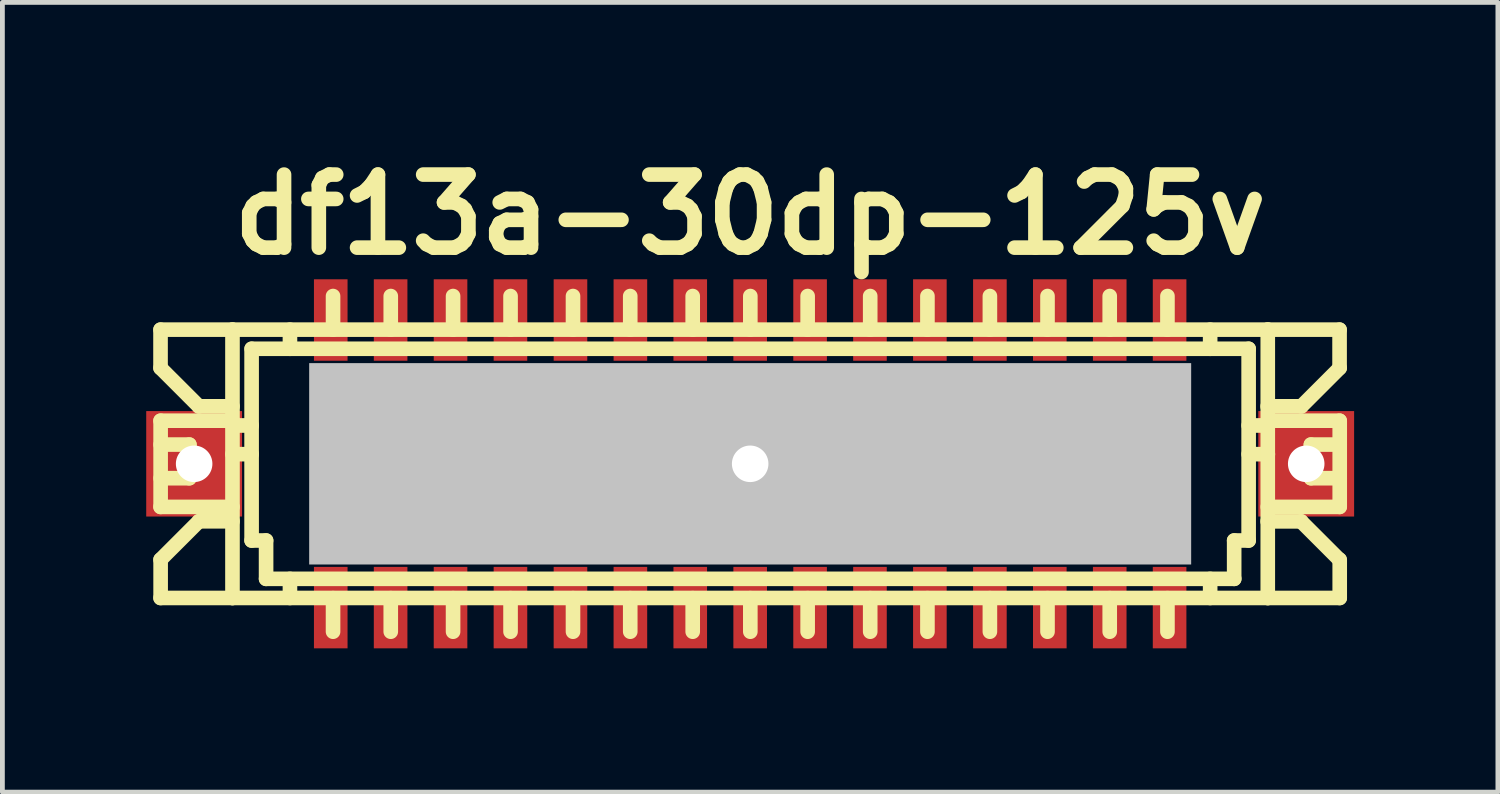
<source format=kicad_pcb>
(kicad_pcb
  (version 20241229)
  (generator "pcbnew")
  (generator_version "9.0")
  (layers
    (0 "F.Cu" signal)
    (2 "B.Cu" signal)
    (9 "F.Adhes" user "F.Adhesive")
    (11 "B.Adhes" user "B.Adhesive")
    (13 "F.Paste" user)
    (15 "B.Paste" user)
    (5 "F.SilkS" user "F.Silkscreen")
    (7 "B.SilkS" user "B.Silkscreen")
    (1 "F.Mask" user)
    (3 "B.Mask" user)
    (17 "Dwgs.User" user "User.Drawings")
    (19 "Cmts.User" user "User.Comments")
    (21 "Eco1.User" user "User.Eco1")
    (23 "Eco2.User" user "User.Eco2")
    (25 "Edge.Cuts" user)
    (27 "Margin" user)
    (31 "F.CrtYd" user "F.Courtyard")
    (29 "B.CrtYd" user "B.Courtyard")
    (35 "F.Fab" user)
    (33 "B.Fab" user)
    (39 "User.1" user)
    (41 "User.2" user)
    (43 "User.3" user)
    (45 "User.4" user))
  (footprint "df13a-30dp-125v"
    (layer "F.Cu")
    (at 12.6 6.626)
    (property "Reference" "df13a-30dp-125v" (at 0 -5.199 0) (layer "F.SilkS") (effects (font (size 1.524 1.524) (thickness 0.305))))
    (attr through_hole)
    (fp_line (start -12.301 -2.799) (end -12.301 -1.999) (stroke (width 0.305) (type solid)) (layer "F.SilkS"))
    (fp_line (start -12.301 -1.999) (end -11.501 -1.199) (stroke (width 0.305) (type solid)) (layer "F.SilkS"))
    (fp_line (start -12.301 -0.899) (end -10.8 -0.899) (stroke (width 0.305) (type solid)) (layer "F.SilkS"))
    (fp_line (start -12.301 0.899) (end -10.8 0.899) (stroke (width 0.305) (type solid)) (layer "F.SilkS"))
    (fp_line (start -12.301 2.799) (end -10.8 2.799) (stroke (width 0.305) (type solid)) (layer "F.SilkS"))
    (fp_line (start -12.299 -0.401) (end -11.699 -0.401) (stroke (width 0.305) (type solid)) (layer "F.SilkS"))
    (fp_line (start -12.299 0.899) (end -12.299 -0.899) (stroke (width 0.305) (type solid)) (layer "F.SilkS"))
    (fp_line (start -12.299 2.799) (end -12.299 1.999) (stroke (width 0.305) (type solid)) (layer "F.SilkS"))
    (fp_line (start -11.699 -0.401) (end -11.699 0.3) (stroke (width 0.305) (type solid)) (layer "F.SilkS"))
    (fp_line (start -11.699 0.3) (end -12.299 0.3) (stroke (width 0.305) (type solid)) (layer "F.SilkS"))
    (fp_line (start -11.501 -1.199) (end -10.8 -1.199) (stroke (width 0.305) (type solid)) (layer "F.SilkS"))
    (fp_line (start -11.501 1.199) (end -12.301 1.999) (stroke (width 0.305) (type solid)) (layer "F.SilkS"))
    (fp_line (start -10.8 -2.799) (end -12.301 -2.799) (stroke (width 0.305) (type solid)) (layer "F.SilkS"))
    (fp_line (start -10.8 -2.799) (end -10.8 2.799) (stroke (width 0.305) (type solid)) (layer "F.SilkS"))
    (fp_line (start -10.8 -2.799) (end 10.8 -2.799) (stroke (width 0.305) (type solid)) (layer "F.SilkS"))
    (fp_line (start -10.8 -0.8) (end -10.399 -0.8) (stroke (width 0.305) (type solid)) (layer "F.SilkS"))
    (fp_line (start -10.8 -0.201) (end -10.399 -0.201) (stroke (width 0.305) (type solid)) (layer "F.SilkS"))
    (fp_line (start -10.8 1.199) (end -11.501 1.199) (stroke (width 0.305) (type solid)) (layer "F.SilkS"))
    (fp_line (start -10.401 1.6) (end -10.401 -2.4) (stroke (width 0.305) (type solid)) (layer "F.SilkS"))
    (fp_line (start -10.099 1.6) (end -10.401 1.6) (stroke (width 0.305) (type solid)) (layer "F.SilkS"))
    (fp_line (start -10.099 2.4) (end -10.099 1.6) (stroke (width 0.305) (type solid)) (layer "F.SilkS"))
    (fp_line (start -10.099 2.4) (end 10.099 2.4) (stroke (width 0.305) (type solid)) (layer "F.SilkS"))
    (fp_line (start -9.601 -2.799) (end -9.601 -2.4) (stroke (width 0.305) (type solid)) (layer "F.SilkS"))
    (fp_line (start -9.601 2.4) (end -9.601 2.799) (stroke (width 0.305) (type solid)) (layer "F.SilkS"))
    (fp_line (start -8.801 -0.701) (end -8.801 -0.5) (stroke (width 0.305) (type solid)) (layer "F.SilkS"))
    (fp_line (start -8.801 -0.5) (end -8.6 -0.5) (stroke (width 0.305) (type solid)) (layer "F.SilkS"))
    (fp_line (start -8.801 0.498) (end -8.801 0.699) (stroke (width 0.305) (type solid)) (layer "F.SilkS"))
    (fp_line (start -8.801 0.699) (end -8.6 0.699) (stroke (width 0.305) (type solid)) (layer "F.SilkS"))
    (fp_line (start -8.702 -3.5) (end -8.702 -2.799) (stroke (width 0.305) (type solid)) (layer "F.SilkS"))
    (fp_line (start -8.702 2.802) (end -8.702 3.503) (stroke (width 0.305) (type solid)) (layer "F.SilkS"))
    (fp_line (start -8.6 -0.701) (end -8.801 -0.701) (stroke (width 0.305) (type solid)) (layer "F.SilkS"))
    (fp_line (start -8.6 -0.5) (end -8.6 -0.701) (stroke (width 0.305) (type solid)) (layer "F.SilkS"))
    (fp_line (start -8.6 0.498) (end -8.801 0.498) (stroke (width 0.305) (type solid)) (layer "F.SilkS"))
    (fp_line (start -8.6 0.699) (end -8.6 0.498) (stroke (width 0.305) (type solid)) (layer "F.SilkS"))
    (fp_line (start -7.6 -0.699) (end -7.402 -0.699) (stroke (width 0.305) (type solid)) (layer "F.SilkS"))
    (fp_line (start -7.6 -0.5) (end -7.6 -0.699) (stroke (width 0.305) (type solid)) (layer "F.SilkS"))
    (fp_line (start -7.6 0.5) (end -7.402 0.5) (stroke (width 0.305) (type solid)) (layer "F.SilkS"))
    (fp_line (start -7.6 0.699) (end -7.6 0.5) (stroke (width 0.305) (type solid)) (layer "F.SilkS"))
    (fp_line (start -7.498 -3.5) (end -7.498 -2.799) (stroke (width 0.305) (type solid)) (layer "F.SilkS"))
    (fp_line (start -7.498 2.802) (end -7.498 3.503) (stroke (width 0.305) (type solid)) (layer "F.SilkS"))
    (fp_line (start -7.402 -0.699) (end -7.402 -0.5) (stroke (width 0.305) (type solid)) (layer "F.SilkS"))
    (fp_line (start -7.402 -0.5) (end -7.6 -0.5) (stroke (width 0.305) (type solid)) (layer "F.SilkS"))
    (fp_line (start -7.402 0.5) (end -7.402 0.699) (stroke (width 0.305) (type solid)) (layer "F.SilkS"))
    (fp_line (start -7.402 0.699) (end -7.6 0.699) (stroke (width 0.305) (type solid)) (layer "F.SilkS"))
    (fp_line (start -6.302 -0.699) (end -6.104 -0.699) (stroke (width 0.305) (type solid)) (layer "F.SilkS"))
    (fp_line (start -6.302 -0.5) (end -6.302 -0.699) (stroke (width 0.305) (type solid)) (layer "F.SilkS"))
    (fp_line (start -6.302 0.5) (end -6.104 0.5) (stroke (width 0.305) (type solid)) (layer "F.SilkS"))
    (fp_line (start -6.302 0.699) (end -6.302 0.5) (stroke (width 0.305) (type solid)) (layer "F.SilkS"))
    (fp_line (start -6.198 -3.5) (end -6.198 -2.799) (stroke (width 0.305) (type solid)) (layer "F.SilkS"))
    (fp_line (start -6.198 2.802) (end -6.198 3.503) (stroke (width 0.305) (type solid)) (layer "F.SilkS"))
    (fp_line (start -6.104 -0.699) (end -6.104 -0.5) (stroke (width 0.305) (type solid)) (layer "F.SilkS"))
    (fp_line (start -6.104 -0.5) (end -6.302 -0.5) (stroke (width 0.305) (type solid)) (layer "F.SilkS"))
    (fp_line (start -6.104 0.5) (end -6.104 0.699) (stroke (width 0.305) (type solid)) (layer "F.SilkS"))
    (fp_line (start -6.104 0.699) (end -6.302 0.699) (stroke (width 0.305) (type solid)) (layer "F.SilkS"))
    (fp_line (start -5.1 -0.699) (end -4.902 -0.699) (stroke (width 0.305) (type solid)) (layer "F.SilkS"))
    (fp_line (start -5.1 -0.5) (end -5.1 -0.699) (stroke (width 0.305) (type solid)) (layer "F.SilkS"))
    (fp_line (start -5.1 0.5) (end -4.902 0.5) (stroke (width 0.305) (type solid)) (layer "F.SilkS"))
    (fp_line (start -5.1 0.699) (end -5.1 0.5) (stroke (width 0.305) (type solid)) (layer "F.SilkS"))
    (fp_line (start -4.999 -3.5) (end -4.999 -2.799) (stroke (width 0.305) (type solid)) (layer "F.SilkS"))
    (fp_line (start -4.999 2.802) (end -4.999 3.503) (stroke (width 0.305) (type solid)) (layer "F.SilkS"))
    (fp_line (start -4.902 -0.699) (end -4.902 -0.5) (stroke (width 0.305) (type solid)) (layer "F.SilkS"))
    (fp_line (start -4.902 -0.5) (end -5.1 -0.5) (stroke (width 0.305) (type solid)) (layer "F.SilkS"))
    (fp_line (start -4.902 0.5) (end -4.902 0.699) (stroke (width 0.305) (type solid)) (layer "F.SilkS"))
    (fp_line (start -4.902 0.699) (end -5.1 0.699) (stroke (width 0.305) (type solid)) (layer "F.SilkS"))
    (fp_line (start -3.797 -0.701) (end -3.597 -0.701) (stroke (width 0.305) (type solid)) (layer "F.SilkS"))
    (fp_line (start -3.797 -0.5) (end -3.797 -0.701) (stroke (width 0.305) (type solid)) (layer "F.SilkS"))
    (fp_line (start -3.797 0.498) (end -3.597 0.498) (stroke (width 0.305) (type solid)) (layer "F.SilkS"))
    (fp_line (start -3.797 0.699) (end -3.797 0.498) (stroke (width 0.305) (type solid)) (layer "F.SilkS"))
    (fp_line (start -3.696 -3.5) (end -3.696 -2.799) (stroke (width 0.305) (type solid)) (layer "F.SilkS"))
    (fp_line (start -3.696 2.802) (end -3.696 3.503) (stroke (width 0.305) (type solid)) (layer "F.SilkS"))
    (fp_line (start -3.597 -0.701) (end -3.597 -0.5) (stroke (width 0.305) (type solid)) (layer "F.SilkS"))
    (fp_line (start -3.597 -0.5) (end -3.797 -0.5) (stroke (width 0.305) (type solid)) (layer "F.SilkS"))
    (fp_line (start -3.597 0.498) (end -3.597 0.699) (stroke (width 0.305) (type solid)) (layer "F.SilkS"))
    (fp_line (start -3.597 0.699) (end -3.797 0.699) (stroke (width 0.305) (type solid)) (layer "F.SilkS"))
    (fp_line (start -2.601 -0.704) (end -2.601 -0.503) (stroke (width 0.305) (type solid)) (layer "F.SilkS"))
    (fp_line (start -2.601 -0.503) (end -2.4 -0.503) (stroke (width 0.305) (type solid)) (layer "F.SilkS"))
    (fp_line (start -2.601 0.495) (end -2.601 0.696) (stroke (width 0.305) (type solid)) (layer "F.SilkS"))
    (fp_line (start -2.601 0.696) (end -2.4 0.696) (stroke (width 0.305) (type solid)) (layer "F.SilkS"))
    (fp_line (start -2.502 -3.5) (end -2.502 -2.799) (stroke (width 0.305) (type solid)) (layer "F.SilkS"))
    (fp_line (start -2.502 2.802) (end -2.502 3.503) (stroke (width 0.305) (type solid)) (layer "F.SilkS"))
    (fp_line (start -2.4 -0.704) (end -2.601 -0.704) (stroke (width 0.305) (type solid)) (layer "F.SilkS"))
    (fp_line (start -2.4 -0.503) (end -2.4 -0.704) (stroke (width 0.305) (type solid)) (layer "F.SilkS"))
    (fp_line (start -2.4 0.495) (end -2.601 0.495) (stroke (width 0.305) (type solid)) (layer "F.SilkS"))
    (fp_line (start -2.4 0.696) (end -2.4 0.495) (stroke (width 0.305) (type solid)) (layer "F.SilkS"))
    (fp_line (start -1.3 -0.701) (end -1.102 -0.701) (stroke (width 0.305) (type solid)) (layer "F.SilkS"))
    (fp_line (start -1.3 -0.503) (end -1.3 -0.701) (stroke (width 0.305) (type solid)) (layer "F.SilkS"))
    (fp_line (start -1.3 0.498) (end -1.102 0.498) (stroke (width 0.305) (type solid)) (layer "F.SilkS"))
    (fp_line (start -1.3 0.696) (end -1.3 0.498) (stroke (width 0.305) (type solid)) (layer "F.SilkS"))
    (fp_line (start -1.199 -3.5) (end -1.199 -2.799) (stroke (width 0.305) (type solid)) (layer "F.SilkS"))
    (fp_line (start -1.199 2.802) (end -1.199 3.503) (stroke (width 0.305) (type solid)) (layer "F.SilkS"))
    (fp_line (start -1.102 -0.701) (end -1.102 -0.503) (stroke (width 0.305) (type solid)) (layer "F.SilkS"))
    (fp_line (start -1.102 -0.503) (end -1.3 -0.503) (stroke (width 0.305) (type solid)) (layer "F.SilkS"))
    (fp_line (start -1.102 0.498) (end -1.102 0.696) (stroke (width 0.305) (type solid)) (layer "F.SilkS"))
    (fp_line (start -1.102 0.696) (end -1.3 0.696) (stroke (width 0.305) (type solid)) (layer "F.SilkS"))
    (fp_line (start -0.102 -0.701) (end 0.097 -0.701) (stroke (width 0.305) (type solid)) (layer "F.SilkS"))
    (fp_line (start -0.102 -0.503) (end -0.102 -0.701) (stroke (width 0.305) (type solid)) (layer "F.SilkS"))
    (fp_line (start -0.102 0.498) (end 0.097 0.498) (stroke (width 0.305) (type solid)) (layer "F.SilkS"))
    (fp_line (start -0.102 0.696) (end -0.102 0.498) (stroke (width 0.305) (type solid)) (layer "F.SilkS"))
    (fp_line (start 0.003 -3.5) (end 0.003 -2.799) (stroke (width 0.305) (type solid)) (layer "F.SilkS"))
    (fp_line (start 0.003 2.802) (end 0.003 3.503) (stroke (width 0.305) (type solid)) (layer "F.SilkS"))
    (fp_line (start 0.097 -0.701) (end 0.097 -0.503) (stroke (width 0.305) (type solid)) (layer "F.SilkS"))
    (fp_line (start 0.097 -0.503) (end -0.102 -0.503) (stroke (width 0.305) (type solid)) (layer "F.SilkS"))
    (fp_line (start 0.097 0.498) (end 0.097 0.696) (stroke (width 0.305) (type solid)) (layer "F.SilkS"))
    (fp_line (start 0.097 0.696) (end -0.102 0.696) (stroke (width 0.305) (type solid)) (layer "F.SilkS"))
    (fp_line (start 1.097 -0.701) (end 1.295 -0.701) (stroke (width 0.305) (type solid)) (layer "F.SilkS"))
    (fp_line (start 1.097 -0.503) (end 1.097 -0.701) (stroke (width 0.305) (type solid)) (layer "F.SilkS"))
    (fp_line (start 1.097 0.498) (end 1.295 0.498) (stroke (width 0.305) (type solid)) (layer "F.SilkS"))
    (fp_line (start 1.097 0.696) (end 1.097 0.498) (stroke (width 0.305) (type solid)) (layer "F.SilkS"))
    (fp_line (start 1.199 -3.5) (end 1.199 -2.799) (stroke (width 0.305) (type solid)) (layer "F.SilkS"))
    (fp_line (start 1.199 2.802) (end 1.199 3.503) (stroke (width 0.305) (type solid)) (layer "F.SilkS"))
    (fp_line (start 1.295 -0.701) (end 1.295 -0.503) (stroke (width 0.305) (type solid)) (layer "F.SilkS"))
    (fp_line (start 1.295 -0.503) (end 1.097 -0.503) (stroke (width 0.305) (type solid)) (layer "F.SilkS"))
    (fp_line (start 1.295 0.498) (end 1.295 0.696) (stroke (width 0.305) (type solid)) (layer "F.SilkS"))
    (fp_line (start 1.295 0.696) (end 1.097 0.696) (stroke (width 0.305) (type solid)) (layer "F.SilkS"))
    (fp_line (start 2.4 -0.704) (end 2.601 -0.704) (stroke (width 0.305) (type solid)) (layer "F.SilkS"))
    (fp_line (start 2.4 -0.503) (end 2.4 -0.704) (stroke (width 0.305) (type solid)) (layer "F.SilkS"))
    (fp_line (start 2.4 0.495) (end 2.601 0.495) (stroke (width 0.305) (type solid)) (layer "F.SilkS"))
    (fp_line (start 2.4 0.696) (end 2.4 0.495) (stroke (width 0.305) (type solid)) (layer "F.SilkS"))
    (fp_line (start 2.504 -3.5) (end 2.504 -2.799) (stroke (width 0.305) (type solid)) (layer "F.SilkS"))
    (fp_line (start 2.504 2.802) (end 2.504 3.503) (stroke (width 0.305) (type solid)) (layer "F.SilkS"))
    (fp_line (start 2.601 -0.704) (end 2.601 -0.503) (stroke (width 0.305) (type solid)) (layer "F.SilkS"))
    (fp_line (start 2.601 -0.503) (end 2.4 -0.503) (stroke (width 0.305) (type solid)) (layer "F.SilkS"))
    (fp_line (start 2.601 0.495) (end 2.601 0.696) (stroke (width 0.305) (type solid)) (layer "F.SilkS"))
    (fp_line (start 2.601 0.696) (end 2.4 0.696) (stroke (width 0.305) (type solid)) (layer "F.SilkS"))
    (fp_line (start 3.599 -0.704) (end 3.599 -0.503) (stroke (width 0.305) (type solid)) (layer "F.SilkS"))
    (fp_line (start 3.599 -0.503) (end 3.8 -0.503) (stroke (width 0.305) (type solid)) (layer "F.SilkS"))
    (fp_line (start 3.599 0.495) (end 3.599 0.696) (stroke (width 0.305) (type solid)) (layer "F.SilkS"))
    (fp_line (start 3.599 0.696) (end 3.8 0.696) (stroke (width 0.305) (type solid)) (layer "F.SilkS"))
    (fp_line (start 3.698 -3.5) (end 3.698 -2.799) (stroke (width 0.305) (type solid)) (layer "F.SilkS"))
    (fp_line (start 3.698 2.802) (end 3.698 3.503) (stroke (width 0.305) (type solid)) (layer "F.SilkS"))
    (fp_line (start 3.8 -0.704) (end 3.599 -0.704) (stroke (width 0.305) (type solid)) (layer "F.SilkS"))
    (fp_line (start 3.8 -0.503) (end 3.8 -0.704) (stroke (width 0.305) (type solid)) (layer "F.SilkS"))
    (fp_line (start 3.8 0.495) (end 3.599 0.495) (stroke (width 0.305) (type solid)) (layer "F.SilkS"))
    (fp_line (start 3.8 0.696) (end 3.8 0.495) (stroke (width 0.305) (type solid)) (layer "F.SilkS"))
    (fp_line (start 4.9 -0.701) (end 5.098 -0.701) (stroke (width 0.305) (type solid)) (layer "F.SilkS"))
    (fp_line (start 4.9 -0.503) (end 4.9 -0.701) (stroke (width 0.305) (type solid)) (layer "F.SilkS"))
    (fp_line (start 4.9 0.498) (end 5.098 0.498) (stroke (width 0.305) (type solid)) (layer "F.SilkS"))
    (fp_line (start 4.9 0.696) (end 4.9 0.498) (stroke (width 0.305) (type solid)) (layer "F.SilkS"))
    (fp_line (start 5.001 -3.5) (end 5.001 -2.799) (stroke (width 0.305) (type solid)) (layer "F.SilkS"))
    (fp_line (start 5.001 2.802) (end 5.001 3.503) (stroke (width 0.305) (type solid)) (layer "F.SilkS"))
    (fp_line (start 5.098 -0.701) (end 5.098 -0.503) (stroke (width 0.305) (type solid)) (layer "F.SilkS"))
    (fp_line (start 5.098 -0.503) (end 4.9 -0.503) (stroke (width 0.305) (type solid)) (layer "F.SilkS"))
    (fp_line (start 5.098 0.498) (end 5.098 0.696) (stroke (width 0.305) (type solid)) (layer "F.SilkS"))
    (fp_line (start 5.098 0.696) (end 4.9 0.696) (stroke (width 0.305) (type solid)) (layer "F.SilkS"))
    (fp_line (start 6.099 -0.701) (end 6.297 -0.701) (stroke (width 0.305) (type solid)) (layer "F.SilkS"))
    (fp_line (start 6.099 -0.503) (end 6.099 -0.701) (stroke (width 0.305) (type solid)) (layer "F.SilkS"))
    (fp_line (start 6.099 0.498) (end 6.297 0.498) (stroke (width 0.305) (type solid)) (layer "F.SilkS"))
    (fp_line (start 6.099 0.696) (end 6.099 0.498) (stroke (width 0.305) (type solid)) (layer "F.SilkS"))
    (fp_line (start 6.203 -3.5) (end 6.203 -2.799) (stroke (width 0.305) (type solid)) (layer "F.SilkS"))
    (fp_line (start 6.203 2.802) (end 6.203 3.503) (stroke (width 0.305) (type solid)) (layer "F.SilkS"))
    (fp_line (start 6.297 -0.701) (end 6.297 -0.503) (stroke (width 0.305) (type solid)) (layer "F.SilkS"))
    (fp_line (start 6.297 -0.503) (end 6.099 -0.503) (stroke (width 0.305) (type solid)) (layer "F.SilkS"))
    (fp_line (start 6.297 0.498) (end 6.297 0.696) (stroke (width 0.305) (type solid)) (layer "F.SilkS"))
    (fp_line (start 6.297 0.696) (end 6.099 0.696) (stroke (width 0.305) (type solid)) (layer "F.SilkS"))
    (fp_line (start 7.396 -0.701) (end 7.595 -0.701) (stroke (width 0.305) (type solid)) (layer "F.SilkS"))
    (fp_line (start 7.396 -0.503) (end 7.396 -0.701) (stroke (width 0.305) (type solid)) (layer "F.SilkS"))
    (fp_line (start 7.396 0.498) (end 7.595 0.498) (stroke (width 0.305) (type solid)) (layer "F.SilkS"))
    (fp_line (start 7.396 0.696) (end 7.396 0.498) (stroke (width 0.305) (type solid)) (layer "F.SilkS"))
    (fp_line (start 7.501 -3.5) (end 7.501 -2.799) (stroke (width 0.305) (type solid)) (layer "F.SilkS"))
    (fp_line (start 7.501 2.802) (end 7.501 3.503) (stroke (width 0.305) (type solid)) (layer "F.SilkS"))
    (fp_line (start 7.595 -0.701) (end 7.595 -0.503) (stroke (width 0.305) (type solid)) (layer "F.SilkS"))
    (fp_line (start 7.595 -0.503) (end 7.396 -0.503) (stroke (width 0.305) (type solid)) (layer "F.SilkS"))
    (fp_line (start 7.595 0.498) (end 7.595 0.696) (stroke (width 0.305) (type solid)) (layer "F.SilkS"))
    (fp_line (start 7.595 0.696) (end 7.396 0.696) (stroke (width 0.305) (type solid)) (layer "F.SilkS"))
    (fp_line (start 8.6 -0.704) (end 8.801 -0.704) (stroke (width 0.305) (type solid)) (layer "F.SilkS"))
    (fp_line (start 8.6 -0.503) (end 8.6 -0.704) (stroke (width 0.305) (type solid)) (layer "F.SilkS"))
    (fp_line (start 8.6 0.495) (end 8.801 0.495) (stroke (width 0.305) (type solid)) (layer "F.SilkS"))
    (fp_line (start 8.6 0.696) (end 8.6 0.495) (stroke (width 0.305) (type solid)) (layer "F.SilkS"))
    (fp_line (start 8.705 -3.5) (end 8.705 -2.799) (stroke (width 0.305) (type solid)) (layer "F.SilkS"))
    (fp_line (start 8.705 2.802) (end 8.705 3.503) (stroke (width 0.305) (type solid)) (layer "F.SilkS"))
    (fp_line (start 8.801 -0.704) (end 8.801 -0.503) (stroke (width 0.305) (type solid)) (layer "F.SilkS"))
    (fp_line (start 8.801 -0.503) (end 8.6 -0.503) (stroke (width 0.305) (type solid)) (layer "F.SilkS"))
    (fp_line (start 8.801 0.495) (end 8.801 0.696) (stroke (width 0.305) (type solid)) (layer "F.SilkS"))
    (fp_line (start 8.801 0.696) (end 8.6 0.696) (stroke (width 0.305) (type solid)) (layer "F.SilkS"))
    (fp_line (start 9.596 -2.799) (end 9.596 -2.4) (stroke (width 0.305) (type solid)) (layer "F.SilkS"))
    (fp_line (start 9.596 2.4) (end 9.596 2.799) (stroke (width 0.305) (type solid)) (layer "F.SilkS"))
    (fp_line (start 10.097 1.6) (end 10.097 2.4) (stroke (width 0.305) (type solid)) (layer "F.SilkS"))
    (fp_line (start 10.399 -2.4) (end -10.399 -2.4) (stroke (width 0.305) (type solid)) (layer "F.SilkS"))
    (fp_line (start 10.399 -2.4) (end 10.399 1.6) (stroke (width 0.305) (type solid)) (layer "F.SilkS"))
    (fp_line (start 10.399 -0.201) (end 10.8 -0.201) (stroke (width 0.305) (type solid)) (layer "F.SilkS"))
    (fp_line (start 10.399 1.6) (end 10.097 1.6) (stroke (width 0.305) (type solid)) (layer "F.SilkS"))
    (fp_line (start 10.795 -1.199) (end 11.496 -1.199) (stroke (width 0.305) (type solid)) (layer "F.SilkS"))
    (fp_line (start 10.795 1.201) (end 11.496 1.201) (stroke (width 0.305) (type solid)) (layer "F.SilkS"))
    (fp_line (start 10.798 2.799) (end 10.798 -2.799) (stroke (width 0.305) (type solid)) (layer "F.SilkS"))
    (fp_line (start 10.798 2.799) (end 12.299 2.799) (stroke (width 0.305) (type solid)) (layer "F.SilkS"))
    (fp_line (start 10.8 -0.8) (end 10.399 -0.8) (stroke (width 0.305) (type solid)) (layer "F.SilkS"))
    (fp_line (start 10.8 2.799) (end -10.8 2.799) (stroke (width 0.305) (type solid)) (layer "F.SilkS"))
    (fp_line (start 11.493 1.201) (end 12.294 2.002) (stroke (width 0.305) (type solid)) (layer "F.SilkS"))
    (fp_line (start 11.499 -1.199) (end 12.299 -1.999) (stroke (width 0.305) (type solid)) (layer "F.SilkS"))
    (fp_line (start 11.697 -0.401) (end 11.697 0.3) (stroke (width 0.305) (type solid)) (layer "F.SilkS"))
    (fp_line (start 11.699 -0.401) (end 12.299 -0.401) (stroke (width 0.305) (type solid)) (layer "F.SilkS"))
    (fp_line (start 11.699 0.3) (end 12.299 0.3) (stroke (width 0.305) (type solid)) (layer "F.SilkS"))
    (fp_line (start 12.296 -2.799) (end 10.795 -2.799) (stroke (width 0.305) (type solid)) (layer "F.SilkS"))
    (fp_line (start 12.296 -2.799) (end 12.296 -1.999) (stroke (width 0.305) (type solid)) (layer "F.SilkS"))
    (fp_line (start 12.296 -0.899) (end 10.798 -0.899) (stroke (width 0.305) (type solid)) (layer "F.SilkS"))
    (fp_line (start 12.296 0.899) (end 10.798 0.899) (stroke (width 0.305) (type solid)) (layer "F.SilkS"))
    (fp_line (start 12.299 -0.899) (end 12.299 0.899) (stroke (width 0.305) (type solid)) (layer "F.SilkS"))
    (fp_line (start 12.299 2.799) (end 12.299 1.999) (stroke (width 0.305) (type solid)) (layer "F.SilkS"))
    (pad "" np_thru_hole rect (at -11.6 0) (size 1.999 2.2) (drill 0.762) (layers "F.Cu" "F.Mask" "F.Paste"))
    (pad "" np_thru_hole rect (at 0 0) (size 18.4 4.201) (drill 0.762) (layers "Dwgs.User"))
    (pad "" np_thru_hole rect (at 11.6 0) (size 1.999 2.2) (drill 0.762) (layers "F.Cu" "F.Mask" "F.Paste"))
    (pad "1" smd rect (at -8.75 -3) (size 0.701 1.699) (layers "F.Cu" "F.Mask" "F.Paste"))
    (pad "2" smd rect (at -8.75 3) (size 0.701 1.699) (layers "F.Cu" "F.Mask" "F.Paste"))
    (pad "3" smd rect (at -7.501 -3) (size 0.701 1.699) (layers "F.Cu" "F.Mask" "F.Paste"))
    (pad "4" smd rect (at -7.501 3) (size 0.701 1.699) (layers "F.Cu" "F.Mask" "F.Paste"))
    (pad "5" smd rect (at -6.251 -3) (size 0.701 1.699) (layers "F.Cu" "F.Mask" "F.Paste"))
    (pad "6" smd rect (at -6.251 3) (size 0.701 1.699) (layers "F.Cu" "F.Mask" "F.Paste"))
    (pad "7" smd rect (at -5.001 -3) (size 0.701 1.699) (layers "F.Cu" "F.Mask" "F.Paste"))
    (pad "8" smd rect (at -5.001 3) (size 0.701 1.699) (layers "F.Cu" "F.Mask" "F.Paste"))
    (pad "9" smd rect (at -3.749 -3) (size 0.701 1.699) (layers "F.Cu" "F.Mask" "F.Paste"))
    (pad "10" smd rect (at -3.749 3) (size 0.701 1.699) (layers "F.Cu" "F.Mask" "F.Paste"))
    (pad "11" smd rect (at -2.499 -3) (size 0.701 1.699) (layers "F.Cu" "F.Mask" "F.Paste"))
    (pad "12" smd rect (at -2.499 3) (size 0.701 1.699) (layers "F.Cu" "F.Mask" "F.Paste"))
    (pad "13" smd rect (at -1.25 -3) (size 0.701 1.699) (layers "F.Cu" "F.Mask" "F.Paste"))
    (pad "14" smd rect (at -1.25 3) (size 0.701 1.699) (layers "F.Cu" "F.Mask" "F.Paste"))
    (pad "15" smd rect (at 0 -3) (size 0.701 1.699) (layers "F.Cu" "F.Mask" "F.Paste"))
    (pad "16" smd rect (at 0 3) (size 0.701 1.699) (layers "F.Cu" "F.Mask" "F.Paste"))
    (pad "17" smd rect (at 1.25 -3) (size 0.701 1.699) (layers "F.Cu" "F.Mask" "F.Paste"))
    (pad "18" smd rect (at 1.25 3) (size 0.701 1.699) (layers "F.Cu" "F.Mask" "F.Paste"))
    (pad "19" smd rect (at 2.499 -3) (size 0.701 1.699) (layers "F.Cu" "F.Mask" "F.Paste"))
    (pad "20" smd rect (at 2.499 3) (size 0.701 1.699) (layers "F.Cu" "F.Mask" "F.Paste"))
    (pad "21" smd rect (at 3.749 -3) (size 0.701 1.699) (layers "F.Cu" "F.Mask" "F.Paste"))
    (pad "22" smd rect (at 3.749 3) (size 0.701 1.699) (layers "F.Cu" "F.Mask" "F.Paste"))
    (pad "23" smd rect (at 5.001 -3) (size 0.701 1.699) (layers "F.Cu" "F.Mask" "F.Paste"))
    (pad "24" smd rect (at 5.001 3) (size 0.701 1.699) (layers "F.Cu" "F.Mask" "F.Paste"))
    (pad "25" smd rect (at 6.251 -3) (size 0.701 1.699) (layers "F.Cu" "F.Mask" "F.Paste"))
    (pad "26" smd rect (at 6.251 3) (size 0.701 1.699) (layers "F.Cu" "F.Mask" "F.Paste"))
    (pad "27" smd rect (at 7.501 -3) (size 0.701 1.699) (layers "F.Cu" "F.Mask" "F.Paste"))
    (pad "28" smd rect (at 7.501 3) (size 0.701 1.699) (layers "F.Cu" "F.Mask" "F.Paste"))
    (pad "29" smd rect (at 8.75 -3) (size 0.701 1.699) (layers "F.Cu" "F.Mask" "F.Paste"))
    (pad "30" smd rect (at 8.75 3) (size 0.701 1.699) (layers "F.Cu" "F.Mask" "F.Paste")))
  (gr_rect
    (start -3 -3)
    (end 28.199 13.475)
    (stroke (width 0.1) (type default))
    (fill no)
    (layer "Edge.Cuts")))
</source>
